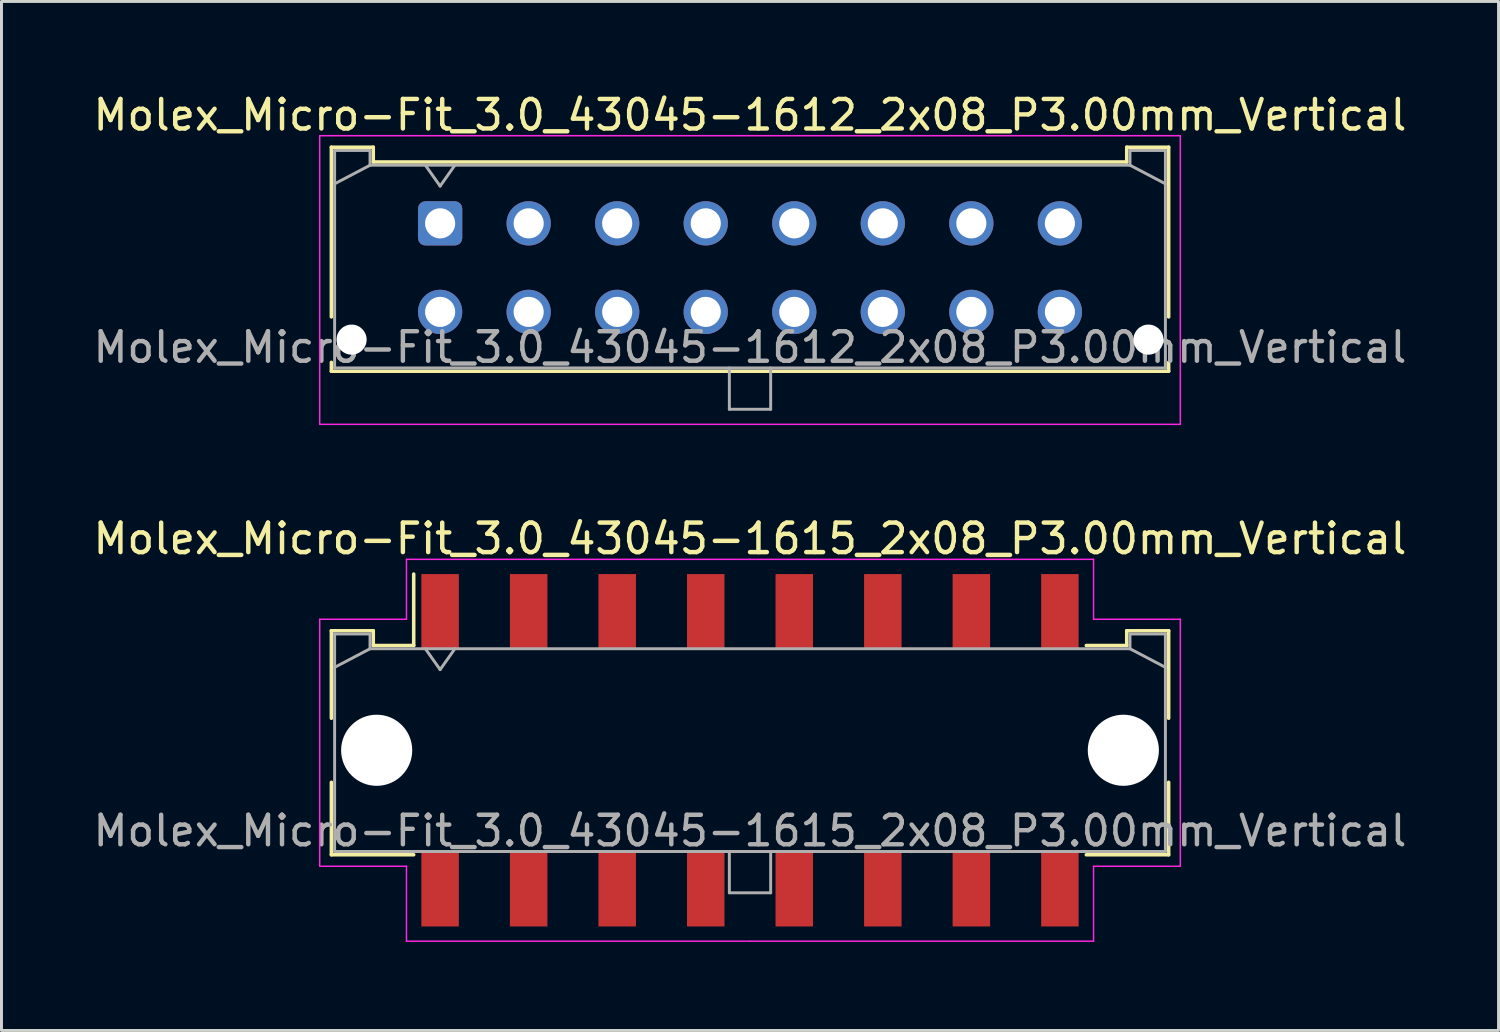
<source format=kicad_pcb>
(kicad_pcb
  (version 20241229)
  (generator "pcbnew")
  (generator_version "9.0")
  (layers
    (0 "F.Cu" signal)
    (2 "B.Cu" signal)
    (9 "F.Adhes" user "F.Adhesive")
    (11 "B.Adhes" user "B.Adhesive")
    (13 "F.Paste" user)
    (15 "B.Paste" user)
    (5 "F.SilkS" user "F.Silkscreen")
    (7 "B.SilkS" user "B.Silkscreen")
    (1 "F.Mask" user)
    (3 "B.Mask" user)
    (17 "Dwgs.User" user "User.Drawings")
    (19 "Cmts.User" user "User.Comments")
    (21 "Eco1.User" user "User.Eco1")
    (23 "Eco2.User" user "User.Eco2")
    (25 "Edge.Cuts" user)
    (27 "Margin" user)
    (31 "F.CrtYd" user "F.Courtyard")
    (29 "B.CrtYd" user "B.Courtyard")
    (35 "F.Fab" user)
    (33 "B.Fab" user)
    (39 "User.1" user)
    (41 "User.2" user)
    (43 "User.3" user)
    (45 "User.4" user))
  (footprint "Molex_Micro-Fit_3.0_43045-1612_2x08_P3.00mm_Vertical"
    (layer "F.Cu")
    (at 11.863 4.518)
    (property "Reference" "Molex_Micro-Fit_3.0_43045-1612_2x08_P3.00mm_Vertical" (at 10.5 -3.67 0) (layer "F.SilkS") (effects (font (size 1 1) (thickness 0.15))))
    (attr through_hole)
    (fp_line (start -3.685 -2.58) (end -2.265 -2.58) (stroke (width 0.12) (type solid)) (layer "F.SilkS"))
    (fp_line (start -3.685 3.17) (end -3.685 -2.58) (stroke (width 0.12) (type solid)) (layer "F.SilkS"))
    (fp_line (start -3.685 4.71) (end -3.685 5.01) (stroke (width 0.12) (type solid)) (layer "F.SilkS"))
    (fp_line (start -3.685 5.01) (end 24.685 5.01) (stroke (width 0.12) (type solid)) (layer "F.SilkS"))
    (fp_line (start -2.265 -2.58) (end -2.265 -2.08) (stroke (width 0.12) (type solid)) (layer "F.SilkS"))
    (fp_line (start -2.265 -2.08) (end 23.265 -2.08) (stroke (width 0.12) (type solid)) (layer "F.SilkS"))
    (fp_line (start 23.265 -2.58) (end 24.685 -2.58) (stroke (width 0.12) (type solid)) (layer "F.SilkS"))
    (fp_line (start 23.265 -2.08) (end 23.265 -2.58) (stroke (width 0.12) (type solid)) (layer "F.SilkS"))
    (fp_line (start 24.685 -2.58) (end 24.685 3.17) (stroke (width 0.12) (type solid)) (layer "F.SilkS"))
    (fp_line (start 24.685 5.01) (end 24.685 4.71) (stroke (width 0.12) (type solid)) (layer "F.SilkS"))
    (fp_line (start -4.08 -2.97) (end 25.08 -2.97) (stroke (width 0.05) (type solid)) (layer "F.CrtYd"))
    (fp_line (start -4.08 6.81) (end -4.08 -2.97) (stroke (width 0.05) (type solid)) (layer "F.CrtYd"))
    (fp_line (start 25.08 -2.97) (end 25.08 6.81) (stroke (width 0.05) (type solid)) (layer "F.CrtYd"))
    (fp_line (start 25.08 6.81) (end -4.08 6.81) (stroke (width 0.05) (type solid)) (layer "F.CrtYd"))
    (fp_line (start -3.575 -2.47) (end -3.575 4.9) (stroke (width 0.1) (type solid)) (layer "F.Fab"))
    (fp_line (start -3.575 -1.34) (end -2.375 -1.97) (stroke (width 0.1) (type solid)) (layer "F.Fab"))
    (fp_line (start -3.575 4.9) (end 24.575 4.9) (stroke (width 0.1) (type solid)) (layer "F.Fab"))
    (fp_line (start -2.375 -2.47) (end -3.575 -2.47) (stroke (width 0.1) (type solid)) (layer "F.Fab"))
    (fp_line (start -2.375 -1.97) (end -2.375 -2.47) (stroke (width 0.1) (type solid)) (layer "F.Fab"))
    (fp_line (start -0.5 -1.97) (end 0 -1.263) (stroke (width 0.1) (type solid)) (layer "F.Fab"))
    (fp_line (start 0 -1.263) (end 0.5 -1.97) (stroke (width 0.1) (type solid)) (layer "F.Fab"))
    (fp_line (start 9.8 4.9) (end 9.8 6.3) (stroke (width 0.1) (type solid)) (layer "F.Fab"))
    (fp_line (start 9.8 6.3) (end 11.2 6.3) (stroke (width 0.1) (type solid)) (layer "F.Fab"))
    (fp_line (start 11.2 6.3) (end 11.2 4.9) (stroke (width 0.1) (type solid)) (layer "F.Fab"))
    (fp_line (start 23.375 -2.47) (end 23.375 -1.97) (stroke (width 0.1) (type solid)) (layer "F.Fab"))
    (fp_line (start 23.375 -1.97) (end -2.375 -1.97) (stroke (width 0.1) (type solid)) (layer "F.Fab"))
    (fp_line (start 24.575 -2.47) (end 23.375 -2.47) (stroke (width 0.1) (type solid)) (layer "F.Fab"))
    (fp_line (start 24.575 -1.34) (end 23.375 -1.97) (stroke (width 0.1) (type solid)) (layer "F.Fab"))
    (fp_line (start 24.575 4.9) (end 24.575 -2.47) (stroke (width 0.1) (type solid)) (layer "F.Fab"))
    (fp_text user "${REFERENCE}" (at 10.5 4.2 0) (layer "F.Fab") (effects (font (size 1 1) (thickness 0.15))))
    (pad "" np_thru_hole circle (at -3 3.94) (size 1.02 1.02) (drill 1.02) (layers "*.Cu" "*.Mask"))
    (pad "" np_thru_hole circle (at 24 3.94) (size 1.02 1.02) (drill 1.02) (layers "*.Cu" "*.Mask"))
    (pad "1" thru_hole roundrect (at 0 0) (size 1.5 1.5) (drill 1.02) (layers "*.Cu" "*.Mask") (roundrect_rratio 0.167))
    (pad "2" thru_hole circle (at 3 0) (size 1.5 1.5) (drill 1.02) (layers "*.Cu" "*.Mask"))
    (pad "3" thru_hole circle (at 6 0) (size 1.5 1.5) (drill 1.02) (layers "*.Cu" "*.Mask"))
    (pad "4" thru_hole circle (at 9 0) (size 1.5 1.5) (drill 1.02) (layers "*.Cu" "*.Mask"))
    (pad "5" thru_hole circle (at 12 0) (size 1.5 1.5) (drill 1.02) (layers "*.Cu" "*.Mask"))
    (pad "6" thru_hole circle (at 15 0) (size 1.5 1.5) (drill 1.02) (layers "*.Cu" "*.Mask"))
    (pad "7" thru_hole circle (at 18 0) (size 1.5 1.5) (drill 1.02) (layers "*.Cu" "*.Mask"))
    (pad "8" thru_hole circle (at 21 0) (size 1.5 1.5) (drill 1.02) (layers "*.Cu" "*.Mask"))
    (pad "9" thru_hole circle (at 0 3) (size 1.5 1.5) (drill 1.02) (layers "*.Cu" "*.Mask"))
    (pad "10" thru_hole circle (at 3 3) (size 1.5 1.5) (drill 1.02) (layers "*.Cu" "*.Mask"))
    (pad "11" thru_hole circle (at 6 3) (size 1.5 1.5) (drill 1.02) (layers "*.Cu" "*.Mask"))
    (pad "12" thru_hole circle (at 9 3) (size 1.5 1.5) (drill 1.02) (layers "*.Cu" "*.Mask"))
    (pad "13" thru_hole circle (at 12 3) (size 1.5 1.5) (drill 1.02) (layers "*.Cu" "*.Mask"))
    (pad "14" thru_hole circle (at 15 3) (size 1.5 1.5) (drill 1.02) (layers "*.Cu" "*.Mask"))
    (pad "15" thru_hole circle (at 18 3) (size 1.5 1.5) (drill 1.02) (layers "*.Cu" "*.Mask"))
    (pad "16" thru_hole circle (at 21 3) (size 1.5 1.5) (drill 1.02) (layers "*.Cu" "*.Mask")))
  (footprint "Molex_Micro-Fit_3.0_43045-1615_2x08_P3.00mm_Vertical"
    (layer "F.Cu")
    (at 22.363 22.372)
    (property "Reference" "Molex_Micro-Fit_3.0_43045-1615_2x08_P3.00mm_Vertical" (at 0 -7.17 0) (layer "F.SilkS") (effects (font (size 1 1) (thickness 0.15))))
    (attr smd)
    (fp_line (start -14.185 -4.05) (end -12.765 -4.05) (stroke (width 0.12) (type solid)) (layer "F.SilkS"))
    (fp_line (start -14.185 -1.085) (end -14.185 -4.05) (stroke (width 0.12) (type solid)) (layer "F.SilkS"))
    (fp_line (start -14.185 1.085) (end -14.185 3.54) (stroke (width 0.12) (type solid)) (layer "F.SilkS"))
    (fp_line (start -14.185 3.54) (end -11.395 3.54) (stroke (width 0.12) (type solid)) (layer "F.SilkS"))
    (fp_line (start -12.765 -4.05) (end -12.765 -3.55) (stroke (width 0.12) (type solid)) (layer "F.SilkS"))
    (fp_line (start -12.765 -3.55) (end -11.395 -3.55) (stroke (width 0.12) (type solid)) (layer "F.SilkS"))
    (fp_line (start -11.395 -3.55) (end -11.395 -5.97) (stroke (width 0.12) (type solid)) (layer "F.SilkS"))
    (fp_line (start 12.765 -4.05) (end 12.765 -3.55) (stroke (width 0.12) (type solid)) (layer "F.SilkS"))
    (fp_line (start 12.765 -3.55) (end 11.395 -3.55) (stroke (width 0.12) (type solid)) (layer "F.SilkS"))
    (fp_line (start 14.185 -4.05) (end 12.765 -4.05) (stroke (width 0.12) (type solid)) (layer "F.SilkS"))
    (fp_line (start 14.185 -1.085) (end 14.185 -4.05) (stroke (width 0.12) (type solid)) (layer "F.SilkS"))
    (fp_line (start 14.185 1.085) (end 14.185 3.54) (stroke (width 0.12) (type solid)) (layer "F.SilkS"))
    (fp_line (start 14.185 3.54) (end 11.395 3.54) (stroke (width 0.12) (type solid)) (layer "F.SilkS"))
    (fp_line (start -14.58 -4.44) (end -14.58 3.93) (stroke (width 0.05) (type solid)) (layer "F.CrtYd"))
    (fp_line (start -14.58 3.93) (end -11.64 3.93) (stroke (width 0.05) (type solid)) (layer "F.CrtYd"))
    (fp_line (start -11.64 -6.47) (end -11.64 -4.44) (stroke (width 0.05) (type solid)) (layer "F.CrtYd"))
    (fp_line (start -11.64 -4.44) (end -14.58 -4.44) (stroke (width 0.05) (type solid)) (layer "F.CrtYd"))
    (fp_line (start -11.64 3.93) (end -11.64 6.47) (stroke (width 0.05) (type solid)) (layer "F.CrtYd"))
    (fp_line (start -11.64 6.47) (end 0 6.47) (stroke (width 0.05) (type solid)) (layer "F.CrtYd"))
    (fp_line (start 0 -6.47) (end -11.64 -6.47) (stroke (width 0.05) (type solid)) (layer "F.CrtYd"))
    (fp_line (start 0 -6.47) (end 11.64 -6.47) (stroke (width 0.05) (type solid)) (layer "F.CrtYd"))
    (fp_line (start 11.64 -6.47) (end 11.64 -4.44) (stroke (width 0.05) (type solid)) (layer "F.CrtYd"))
    (fp_line (start 11.64 -4.44) (end 14.58 -4.44) (stroke (width 0.05) (type solid)) (layer "F.CrtYd"))
    (fp_line (start 11.64 3.93) (end 11.64 6.47) (stroke (width 0.05) (type solid)) (layer "F.CrtYd"))
    (fp_line (start 11.64 6.47) (end 0 6.47) (stroke (width 0.05) (type solid)) (layer "F.CrtYd"))
    (fp_line (start 14.58 -4.44) (end 14.58 3.93) (stroke (width 0.05) (type solid)) (layer "F.CrtYd"))
    (fp_line (start 14.58 3.93) (end 11.64 3.93) (stroke (width 0.05) (type solid)) (layer "F.CrtYd"))
    (fp_line (start -14.075 -3.94) (end -14.075 3.43) (stroke (width 0.1) (type solid)) (layer "F.Fab"))
    (fp_line (start -14.075 -2.81) (end -12.875 -3.44) (stroke (width 0.1) (type solid)) (layer "F.Fab"))
    (fp_line (start -14.075 3.43) (end 14.075 3.43) (stroke (width 0.1) (type solid)) (layer "F.Fab"))
    (fp_line (start -12.875 -3.94) (end -14.075 -3.94) (stroke (width 0.1) (type solid)) (layer "F.Fab"))
    (fp_line (start -12.875 -3.44) (end -12.875 -3.94) (stroke (width 0.1) (type solid)) (layer "F.Fab"))
    (fp_line (start -11 -3.44) (end -10.5 -2.733) (stroke (width 0.1) (type solid)) (layer "F.Fab"))
    (fp_line (start -10.5 -2.733) (end -10 -3.44) (stroke (width 0.1) (type solid)) (layer "F.Fab"))
    (fp_line (start -0.7 3.43) (end -0.7 4.83) (stroke (width 0.1) (type solid)) (layer "F.Fab"))
    (fp_line (start -0.7 4.83) (end 0.7 4.83) (stroke (width 0.1) (type solid)) (layer "F.Fab"))
    (fp_line (start 0.7 4.83) (end 0.7 3.43) (stroke (width 0.1) (type solid)) (layer "F.Fab"))
    (fp_line (start 12.875 -3.94) (end 12.875 -3.44) (stroke (width 0.1) (type solid)) (layer "F.Fab"))
    (fp_line (start 12.875 -3.44) (end -12.875 -3.44) (stroke (width 0.1) (type solid)) (layer "F.Fab"))
    (fp_line (start 14.075 -3.94) (end 12.875 -3.94) (stroke (width 0.1) (type solid)) (layer "F.Fab"))
    (fp_line (start 14.075 -2.81) (end 12.875 -3.44) (stroke (width 0.1) (type solid)) (layer "F.Fab"))
    (fp_line (start 14.075 3.43) (end 14.075 -3.94) (stroke (width 0.1) (type solid)) (layer "F.Fab"))
    (fp_text user "${REFERENCE}" (at 0 2.73 0) (layer "F.Fab") (effects (font (size 1 1) (thickness 0.15))))
    (pad "" np_thru_hole circle (at -12.65 0) (size 2.41 2.41) (drill 2.41) (layers "*.Cu" "*.Mask"))
    (pad "" np_thru_hole circle (at 12.65 0) (size 2.41 2.41) (drill 2.41) (layers "*.Cu" "*.Mask"))
    (pad "1" smd rect (at -10.5 -4.7) (size 1.27 2.54) (layers "F.Cu" "F.Mask" "F.Paste"))
    (pad "2" smd rect (at -7.5 -4.7) (size 1.27 2.54) (layers "F.Cu" "F.Mask" "F.Paste"))
    (pad "3" smd rect (at -4.5 -4.7) (size 1.27 2.54) (layers "F.Cu" "F.Mask" "F.Paste"))
    (pad "4" smd rect (at -1.5 -4.7) (size 1.27 2.54) (layers "F.Cu" "F.Mask" "F.Paste"))
    (pad "5" smd rect (at 1.5 -4.7) (size 1.27 2.54) (layers "F.Cu" "F.Mask" "F.Paste"))
    (pad "6" smd rect (at 4.5 -4.7) (size 1.27 2.54) (layers "F.Cu" "F.Mask" "F.Paste"))
    (pad "7" smd rect (at 7.5 -4.7) (size 1.27 2.54) (layers "F.Cu" "F.Mask" "F.Paste"))
    (pad "8" smd rect (at 10.5 -4.7) (size 1.27 2.54) (layers "F.Cu" "F.Mask" "F.Paste"))
    (pad "9" smd rect (at -10.5 4.7) (size 1.27 2.54) (layers "F.Cu" "F.Mask" "F.Paste"))
    (pad "10" smd rect (at -7.5 4.7) (size 1.27 2.54) (layers "F.Cu" "F.Mask" "F.Paste"))
    (pad "11" smd rect (at -4.5 4.7) (size 1.27 2.54) (layers "F.Cu" "F.Mask" "F.Paste"))
    (pad "12" smd rect (at -1.5 4.7) (size 1.27 2.54) (layers "F.Cu" "F.Mask" "F.Paste"))
    (pad "13" smd rect (at 1.5 4.7) (size 1.27 2.54) (layers "F.Cu" "F.Mask" "F.Paste"))
    (pad "14" smd rect (at 4.5 4.7) (size 1.27 2.54) (layers "F.Cu" "F.Mask" "F.Paste"))
    (pad "15" smd rect (at 7.5 4.7) (size 1.27 2.54) (layers "F.Cu" "F.Mask" "F.Paste"))
    (pad "16" smd rect (at 10.5 4.7) (size 1.27 2.54) (layers "F.Cu" "F.Mask" "F.Paste")))
  (gr_rect
    (start -3 -3)
    (end 47.726 31.866)
    (stroke (width 0.1) (type default))
    (fill no)
    (layer "Edge.Cuts")))
</source>
